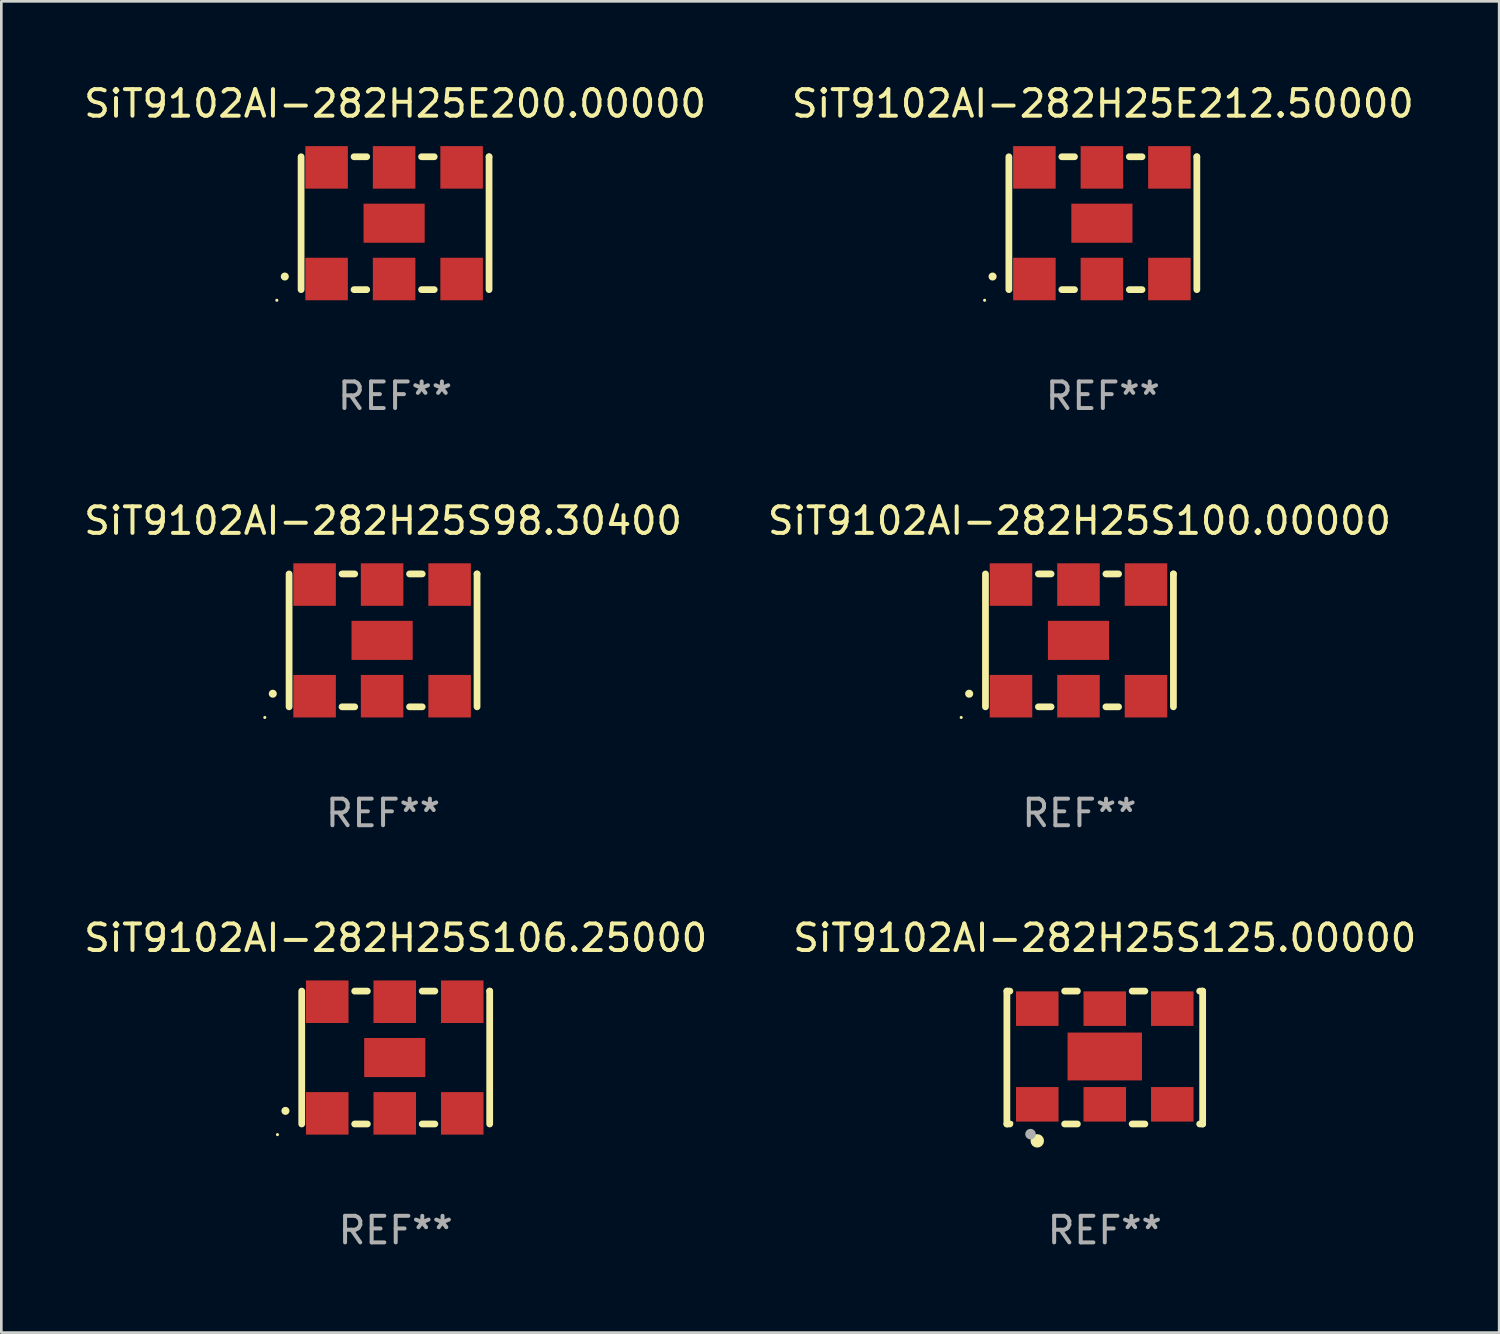
<source format=kicad_pcb>
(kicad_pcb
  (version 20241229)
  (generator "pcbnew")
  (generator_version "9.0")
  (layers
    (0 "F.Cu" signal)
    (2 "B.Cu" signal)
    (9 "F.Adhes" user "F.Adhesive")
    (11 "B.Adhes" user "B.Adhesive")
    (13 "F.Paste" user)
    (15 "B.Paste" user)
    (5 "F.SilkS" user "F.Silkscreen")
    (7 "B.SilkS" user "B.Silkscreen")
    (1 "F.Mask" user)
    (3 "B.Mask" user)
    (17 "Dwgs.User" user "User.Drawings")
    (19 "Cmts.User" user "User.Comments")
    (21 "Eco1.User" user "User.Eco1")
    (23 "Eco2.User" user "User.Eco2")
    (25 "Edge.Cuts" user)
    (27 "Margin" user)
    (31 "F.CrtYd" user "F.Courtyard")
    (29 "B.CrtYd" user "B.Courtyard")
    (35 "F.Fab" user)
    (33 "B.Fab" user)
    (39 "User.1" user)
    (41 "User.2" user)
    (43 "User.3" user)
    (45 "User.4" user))
  (footprint "SiT9102AI-282H25E200.00000"
    (layer "F.Cu")
    (at 11.815 5.348)
    (property "Reference" "SiT9102AI-282H25E200.00000" (at 0 -4.5 0) (layer "F.SilkS") (effects (font (size 1 1) (thickness 0.15))))
    (attr through_hole)
    (fp_line (start -3.536 -2.5) (end -3.536 2.5) (stroke (width 0.254) (type solid)) (layer "F.SilkS"))
    (fp_line (start -1.544 2.5) (end -1.067 2.5) (stroke (width 0.254) (type solid)) (layer "F.SilkS"))
    (fp_line (start -1.067 -2.5) (end -1.544 -2.5) (stroke (width 0.254) (type solid)) (layer "F.SilkS"))
    (fp_line (start 0.996 2.5) (end 1.473 2.5) (stroke (width 0.254) (type solid)) (layer "F.SilkS"))
    (fp_line (start 1.473 -2.5) (end 0.996 -2.5) (stroke (width 0.254) (type solid)) (layer "F.SilkS"))
    (fp_line (start 3.536 -2.5) (end 3.536 -2.5) (stroke (width 0.254) (type solid)) (layer "F.SilkS"))
    (fp_line (start 3.536 2.5) (end 3.536 -2.5) (stroke (width 0.254) (type solid)) (layer "F.SilkS"))
    (fp_arc (start -4.150432 2.006604) (mid -4.149162 2.006599) (end -4.147892 2.006604) (stroke (width 0.3) (type solid)) (layer "F.SilkS"))
    (fp_circle (center -4.449 2.9) (end -4.419 2.9) (stroke (width 0.06) (type solid)) (fill no) (layer "F.SilkS"))
    (fp_text user "REF**" (at 0 6.5 0) (layer "F.Fab") (effects (font (size 1 1) (thickness 0.15))))
    (pad "1" smd rect (at -2.576 2.1) (size 1.6 1.6) (layers "F.Cu" "F.Mask" "F.Paste"))
    (pad "2" smd rect (at -0.036 2.1) (size 1.6 1.6) (layers "F.Cu" "F.Mask" "F.Paste"))
    (pad "3" smd rect (at 2.504 2.1) (size 1.6 1.6) (layers "F.Cu" "F.Mask" "F.Paste"))
    (pad "4" smd rect (at 2.504 -2.1) (size 1.6 1.6) (layers "F.Cu" "F.Mask" "F.Paste"))
    (pad "5" smd rect (at -0.036 -2.1) (size 1.6 1.6) (layers "F.Cu" "F.Mask" "F.Paste"))
    (pad "6" smd rect (at -2.576 -2.1) (size 1.6 1.6) (layers "F.Cu" "F.Mask" "F.Paste"))
    (pad "7" smd rect (at -0.036 0) (size 2.3 1.47) (layers "F.Cu" "F.Mask" "F.Paste")))
  (footprint "SiT9102AI-282H25S106.25000"
    (layer "F.Cu")
    (at 11.839 36.741)
    (property "Reference" "SiT9102AI-282H25S106.25000" (at 0 -4.5 0) (layer "F.SilkS") (effects (font (size 1 1) (thickness 0.15))))
    (attr through_hole)
    (fp_line (start -3.536 -2.5) (end -3.536 2.5) (stroke (width 0.254) (type solid)) (layer "F.SilkS"))
    (fp_line (start -1.544 2.5) (end -1.067 2.5) (stroke (width 0.254) (type solid)) (layer "F.SilkS"))
    (fp_line (start -1.067 -2.5) (end -1.544 -2.5) (stroke (width 0.254) (type solid)) (layer "F.SilkS"))
    (fp_line (start 0.996 2.5) (end 1.473 2.5) (stroke (width 0.254) (type solid)) (layer "F.SilkS"))
    (fp_line (start 1.473 -2.5) (end 0.996 -2.5) (stroke (width 0.254) (type solid)) (layer "F.SilkS"))
    (fp_line (start 3.536 -2.5) (end 3.536 -2.5) (stroke (width 0.254) (type solid)) (layer "F.SilkS"))
    (fp_line (start 3.536 2.5) (end 3.536 -2.5) (stroke (width 0.254) (type solid)) (layer "F.SilkS"))
    (fp_arc (start -4.150432 2.006604) (mid -4.149162 2.006599) (end -4.147892 2.006604) (stroke (width 0.3) (type solid)) (layer "F.SilkS"))
    (fp_circle (center -4.449 2.9) (end -4.419 2.9) (stroke (width 0.06) (type solid)) (fill no) (layer "F.SilkS"))
    (fp_text user "REF**" (at 0 6.5 0) (layer "F.Fab") (effects (font (size 1 1) (thickness 0.15))))
    (pad "1" smd rect (at -2.576 2.1) (size 1.6 1.6) (layers "F.Cu" "F.Mask" "F.Paste"))
    (pad "2" smd rect (at -0.036 2.1) (size 1.6 1.6) (layers "F.Cu" "F.Mask" "F.Paste"))
    (pad "3" smd rect (at 2.504 2.1) (size 1.6 1.6) (layers "F.Cu" "F.Mask" "F.Paste"))
    (pad "4" smd rect (at 2.504 -2.1) (size 1.6 1.6) (layers "F.Cu" "F.Mask" "F.Paste"))
    (pad "5" smd rect (at -0.036 -2.1) (size 1.6 1.6) (layers "F.Cu" "F.Mask" "F.Paste"))
    (pad "6" smd rect (at -2.576 -2.1) (size 1.6 1.6) (layers "F.Cu" "F.Mask" "F.Paste"))
    (pad "7" smd rect (at -0.036 0) (size 2.3 1.47) (layers "F.Cu" "F.Mask" "F.Paste")))
  (footprint "SiT9102AI-282H25S100.00000"
    (layer "F.Cu")
    (at 37.565 21.045)
    (property "Reference" "SiT9102AI-282H25S100.00000" (at 0 -4.5 0) (layer "F.SilkS") (effects (font (size 1 1) (thickness 0.15))))
    (attr through_hole)
    (fp_line (start -3.536 -2.5) (end -3.536 2.5) (stroke (width 0.254) (type solid)) (layer "F.SilkS"))
    (fp_line (start -1.544 2.5) (end -1.067 2.5) (stroke (width 0.254) (type solid)) (layer "F.SilkS"))
    (fp_line (start -1.067 -2.5) (end -1.544 -2.5) (stroke (width 0.254) (type solid)) (layer "F.SilkS"))
    (fp_line (start 0.996 2.5) (end 1.473 2.5) (stroke (width 0.254) (type solid)) (layer "F.SilkS"))
    (fp_line (start 1.473 -2.5) (end 0.996 -2.5) (stroke (width 0.254) (type solid)) (layer "F.SilkS"))
    (fp_line (start 3.536 -2.5) (end 3.536 -2.5) (stroke (width 0.254) (type solid)) (layer "F.SilkS"))
    (fp_line (start 3.536 2.5) (end 3.536 -2.5) (stroke (width 0.254) (type solid)) (layer "F.SilkS"))
    (fp_arc (start -4.150432 2.006604) (mid -4.149162 2.006599) (end -4.147892 2.006604) (stroke (width 0.3) (type solid)) (layer "F.SilkS"))
    (fp_circle (center -4.449 2.9) (end -4.419 2.9) (stroke (width 0.06) (type solid)) (fill no) (layer "F.SilkS"))
    (fp_text user "REF**" (at 0 6.5 0) (layer "F.Fab") (effects (font (size 1 1) (thickness 0.15))))
    (pad "1" smd rect (at -2.576 2.1) (size 1.6 1.6) (layers "F.Cu" "F.Mask" "F.Paste"))
    (pad "2" smd rect (at -0.036 2.1) (size 1.6 1.6) (layers "F.Cu" "F.Mask" "F.Paste"))
    (pad "3" smd rect (at 2.504 2.1) (size 1.6 1.6) (layers "F.Cu" "F.Mask" "F.Paste"))
    (pad "4" smd rect (at 2.504 -2.1) (size 1.6 1.6) (layers "F.Cu" "F.Mask" "F.Paste"))
    (pad "5" smd rect (at -0.036 -2.1) (size 1.6 1.6) (layers "F.Cu" "F.Mask" "F.Paste"))
    (pad "6" smd rect (at -2.576 -2.1) (size 1.6 1.6) (layers "F.Cu" "F.Mask" "F.Paste"))
    (pad "7" smd rect (at -0.036 0) (size 2.3 1.47) (layers "F.Cu" "F.Mask" "F.Paste")))
  (footprint "SiT9102AI-282H25E212.50000"
    (layer "F.Cu")
    (at 38.446 5.348)
    (property "Reference" "SiT9102AI-282H25E212.50000" (at 0 -4.5 0) (layer "F.SilkS") (effects (font (size 1 1) (thickness 0.15))))
    (attr through_hole)
    (fp_line (start -3.536 -2.5) (end -3.536 2.5) (stroke (width 0.254) (type solid)) (layer "F.SilkS"))
    (fp_line (start -1.544 2.5) (end -1.067 2.5) (stroke (width 0.254) (type solid)) (layer "F.SilkS"))
    (fp_line (start -1.067 -2.5) (end -1.544 -2.5) (stroke (width 0.254) (type solid)) (layer "F.SilkS"))
    (fp_line (start 0.996 2.5) (end 1.473 2.5) (stroke (width 0.254) (type solid)) (layer "F.SilkS"))
    (fp_line (start 1.473 -2.5) (end 0.996 -2.5) (stroke (width 0.254) (type solid)) (layer "F.SilkS"))
    (fp_line (start 3.536 -2.5) (end 3.536 -2.5) (stroke (width 0.254) (type solid)) (layer "F.SilkS"))
    (fp_line (start 3.536 2.5) (end 3.536 -2.5) (stroke (width 0.254) (type solid)) (layer "F.SilkS"))
    (fp_arc (start -4.150432 2.006604) (mid -4.149162 2.006599) (end -4.147892 2.006604) (stroke (width 0.3) (type solid)) (layer "F.SilkS"))
    (fp_circle (center -4.449 2.9) (end -4.419 2.9) (stroke (width 0.06) (type solid)) (fill no) (layer "F.SilkS"))
    (fp_text user "REF**" (at 0 6.5 0) (layer "F.Fab") (effects (font (size 1 1) (thickness 0.15))))
    (pad "1" smd rect (at -2.576 2.1) (size 1.6 1.6) (layers "F.Cu" "F.Mask" "F.Paste"))
    (pad "2" smd rect (at -0.036 2.1) (size 1.6 1.6) (layers "F.Cu" "F.Mask" "F.Paste"))
    (pad "3" smd rect (at 2.504 2.1) (size 1.6 1.6) (layers "F.Cu" "F.Mask" "F.Paste"))
    (pad "4" smd rect (at 2.504 -2.1) (size 1.6 1.6) (layers "F.Cu" "F.Mask" "F.Paste"))
    (pad "5" smd rect (at -0.036 -2.1) (size 1.6 1.6) (layers "F.Cu" "F.Mask" "F.Paste"))
    (pad "6" smd rect (at -2.576 -2.1) (size 1.6 1.6) (layers "F.Cu" "F.Mask" "F.Paste"))
    (pad "7" smd rect (at -0.036 0) (size 2.3 1.47) (layers "F.Cu" "F.Mask" "F.Paste")))
  (footprint "SiT9102AI-282H25S98.30400"
    (layer "F.Cu")
    (at 11.363 21.045)
    (property "Reference" "SiT9102AI-282H25S98.30400" (at 0 -4.5 0) (layer "F.SilkS") (effects (font (size 1 1) (thickness 0.15))))
    (attr through_hole)
    (fp_line (start -3.536 -2.5) (end -3.536 2.5) (stroke (width 0.254) (type solid)) (layer "F.SilkS"))
    (fp_line (start -1.544 2.5) (end -1.067 2.5) (stroke (width 0.254) (type solid)) (layer "F.SilkS"))
    (fp_line (start -1.067 -2.5) (end -1.544 -2.5) (stroke (width 0.254) (type solid)) (layer "F.SilkS"))
    (fp_line (start 0.996 2.5) (end 1.473 2.5) (stroke (width 0.254) (type solid)) (layer "F.SilkS"))
    (fp_line (start 1.473 -2.5) (end 0.996 -2.5) (stroke (width 0.254) (type solid)) (layer "F.SilkS"))
    (fp_line (start 3.536 -2.5) (end 3.536 -2.5) (stroke (width 0.254) (type solid)) (layer "F.SilkS"))
    (fp_line (start 3.536 2.5) (end 3.536 -2.5) (stroke (width 0.254) (type solid)) (layer "F.SilkS"))
    (fp_arc (start -4.150432 2.006604) (mid -4.149162 2.006599) (end -4.147892 2.006604) (stroke (width 0.3) (type solid)) (layer "F.SilkS"))
    (fp_circle (center -4.449 2.9) (end -4.419 2.9) (stroke (width 0.06) (type solid)) (fill no) (layer "F.SilkS"))
    (fp_text user "REF**" (at 0 6.5 0) (layer "F.Fab") (effects (font (size 1 1) (thickness 0.15))))
    (pad "1" smd rect (at -2.576 2.1) (size 1.6 1.6) (layers "F.Cu" "F.Mask" "F.Paste"))
    (pad "2" smd rect (at -0.036 2.1) (size 1.6 1.6) (layers "F.Cu" "F.Mask" "F.Paste"))
    (pad "3" smd rect (at 2.504 2.1) (size 1.6 1.6) (layers "F.Cu" "F.Mask" "F.Paste"))
    (pad "4" smd rect (at 2.504 -2.1) (size 1.6 1.6) (layers "F.Cu" "F.Mask" "F.Paste"))
    (pad "5" smd rect (at -0.036 -2.1) (size 1.6 1.6) (layers "F.Cu" "F.Mask" "F.Paste"))
    (pad "6" smd rect (at -2.576 -2.1) (size 1.6 1.6) (layers "F.Cu" "F.Mask" "F.Paste"))
    (pad "7" smd rect (at -0.036 0) (size 2.3 1.47) (layers "F.Cu" "F.Mask" "F.Paste")))
  (footprint "SiT9102AI-282H25S125.00000"
    (layer "F.Cu")
    (at 38.518 36.741)
    (property "Reference" "SiT9102AI-282H25S125.00000" (at 0 -4.5 0) (layer "F.SilkS") (effects (font (size 1 1) (thickness 0.15))))
    (attr through_hole)
    (fp_line (start -3.683 -2.5) (end -3.571 -2.5) (stroke (width 0.254) (type solid)) (layer "F.SilkS"))
    (fp_line (start -3.683 2.5) (end -3.683 -2.5) (stroke (width 0.254) (type solid)) (layer "F.SilkS"))
    (fp_line (start -3.683 2.5) (end -3.571 2.5) (stroke (width 0.254) (type solid)) (layer "F.SilkS"))
    (fp_line (start -1.509 -2.5) (end -1.031 -2.5) (stroke (width 0.254) (type solid)) (layer "F.SilkS"))
    (fp_line (start -1.509 2.5) (end -1.031 2.5) (stroke (width 0.254) (type solid)) (layer "F.SilkS"))
    (fp_line (start 1.031 -2.5) (end 1.509 -2.5) (stroke (width 0.254) (type solid)) (layer "F.SilkS"))
    (fp_line (start 1.031 2.5) (end 1.509 2.5) (stroke (width 0.254) (type solid)) (layer "F.SilkS"))
    (fp_line (start 3.571 -2.5) (end 3.683 -2.5) (stroke (width 0.254) (type solid)) (layer "F.SilkS"))
    (fp_line (start 3.571 2.5) (end 3.683 2.5) (stroke (width 0.254) (type solid)) (layer "F.SilkS"))
    (fp_line (start 3.683 2.5) (end 3.683 -2.5) (stroke (width 0.254) (type solid)) (layer "F.SilkS"))
    (fp_circle (center -3.5 2.46) (end -3.47 2.46) (stroke (width 0.06) (type solid)) (fill no) (layer "F.SilkS"))
    (fp_circle (center -2.54 3.135) (end -2.413 3.135) (stroke (width 0.254) (type solid)) (fill no) (layer "F.SilkS"))
    (fp_circle (center -2.794 2.881) (end -2.694 2.881) (stroke (width 0.2) (type solid)) (fill no) (layer "F.Fab"))
    (fp_text user "REF**" (at 0 6.5 0) (layer "F.Fab") (effects (font (size 1 1) (thickness 0.15))))
    (pad "1" smd rect (at -2.54 1.76) (size 1.6 1.3) (layers "F.Cu" "F.Mask" "F.Paste"))
    (pad "2" smd rect (at 0 1.76) (size 1.6 1.3) (layers "F.Cu" "F.Mask" "F.Paste"))
    (pad "3" smd rect (at 2.54 1.76) (size 1.6 1.3) (layers "F.Cu" "F.Mask" "F.Paste"))
    (pad "4" smd rect (at 2.54 -1.84) (size 1.6 1.3) (layers "F.Cu" "F.Mask" "F.Paste"))
    (pad "5" smd rect (at 0 -1.84) (size 1.6 1.3) (layers "F.Cu" "F.Mask" "F.Paste"))
    (pad "6" smd rect (at -2.54 -1.84) (size 1.6 1.3) (layers "F.Cu" "F.Mask" "F.Paste"))
    (pad "7" smd rect (at 0 -0.04) (size 2.8 1.8) (layers "F.Cu" "F.Mask" "F.Paste")))
  (gr_rect
    (start -3 -3)
    (end 53.357 47.09)
    (stroke (width 0.1) (type default))
    (fill no)
    (layer "Edge.Cuts")))
</source>
